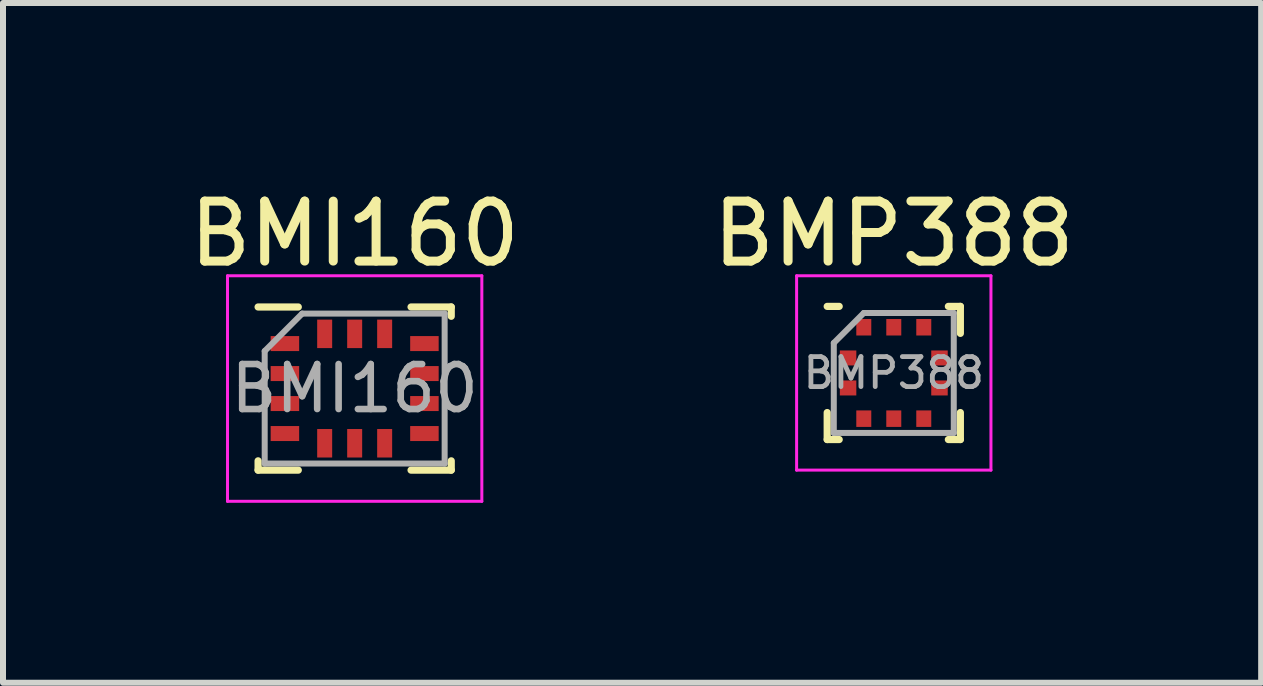
<source format=kicad_pcb>
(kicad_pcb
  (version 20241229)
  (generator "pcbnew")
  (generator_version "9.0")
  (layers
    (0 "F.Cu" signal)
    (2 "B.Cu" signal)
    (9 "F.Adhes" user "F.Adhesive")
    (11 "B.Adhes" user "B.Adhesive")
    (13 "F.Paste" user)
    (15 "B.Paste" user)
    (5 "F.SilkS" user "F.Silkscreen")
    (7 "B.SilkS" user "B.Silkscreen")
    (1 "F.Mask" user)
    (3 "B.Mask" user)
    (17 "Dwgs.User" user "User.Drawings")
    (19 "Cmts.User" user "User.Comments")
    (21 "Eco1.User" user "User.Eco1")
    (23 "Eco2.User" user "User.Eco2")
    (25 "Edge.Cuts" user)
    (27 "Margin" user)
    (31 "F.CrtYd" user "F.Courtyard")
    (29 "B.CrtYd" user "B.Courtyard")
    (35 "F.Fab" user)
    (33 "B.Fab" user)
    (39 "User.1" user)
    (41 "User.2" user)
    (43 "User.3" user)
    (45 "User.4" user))
  (footprint "BMI160"
    (layer "F.Cu")
    (at 2.863 3.428)
    (property "Reference" "BMI160" (at 0 -2.58 0) (layer "F.SilkS") (effects (font (size 1 1) (thickness 0.15))))
    (attr smd)
    (fp_line (start -1.61 1.36) (end -1.61 1.205) (stroke (width 0.12) (type solid)) (layer "F.SilkS"))
    (fp_line (start -0.94 -1.36) (end -1.61 -1.36) (stroke (width 0.12) (type solid)) (layer "F.SilkS"))
    (fp_line (start -0.94 1.36) (end -1.61 1.36) (stroke (width 0.12) (type solid)) (layer "F.SilkS"))
    (fp_line (start 0.94 -1.36) (end 1.61 -1.36) (stroke (width 0.12) (type solid)) (layer "F.SilkS"))
    (fp_line (start 0.94 1.36) (end 1.61 1.36) (stroke (width 0.12) (type solid)) (layer "F.SilkS"))
    (fp_line (start 1.61 -1.36) (end 1.61 -1.205) (stroke (width 0.12) (type solid)) (layer "F.SilkS"))
    (fp_line (start 1.61 1.36) (end 1.61 1.205) (stroke (width 0.12) (type solid)) (layer "F.SilkS"))
    (fp_line (start -2.12 -1.88) (end -2.12 1.88) (stroke (width 0.05) (type solid)) (layer "F.CrtYd"))
    (fp_line (start -2.12 1.88) (end 2.12 1.88) (stroke (width 0.05) (type solid)) (layer "F.CrtYd"))
    (fp_line (start 2.12 -1.88) (end -2.12 -1.88) (stroke (width 0.05) (type solid)) (layer "F.CrtYd"))
    (fp_line (start 2.12 1.88) (end 2.12 -1.88) (stroke (width 0.05) (type solid)) (layer "F.CrtYd"))
    (fp_line (start -1.5 -0.625) (end -0.875 -1.25) (stroke (width 0.1) (type solid)) (layer "F.Fab"))
    (fp_line (start -1.5 1.25) (end -1.5 -0.625) (stroke (width 0.1) (type solid)) (layer "F.Fab"))
    (fp_line (start -0.875 -1.25) (end 1.5 -1.25) (stroke (width 0.1) (type solid)) (layer "F.Fab"))
    (fp_line (start 1.5 -1.25) (end 1.5 1.25) (stroke (width 0.1) (type solid)) (layer "F.Fab"))
    (fp_line (start 1.5 1.25) (end -1.5 1.25) (stroke (width 0.1) (type solid)) (layer "F.Fab"))
    (fp_text user "${REFERENCE}" (at 0 0 0) (layer "F.Fab") (effects (font (size 0.75 0.75) (thickness 0.11))))
    (pad "1" smd rect (at -1.163 -0.75) (size 0.475 0.25) (layers "F.Cu" "F.Mask" "F.Paste"))
    (pad "2" smd rect (at -1.163 -0.25) (size 0.475 0.25) (layers "F.Cu" "F.Mask" "F.Paste"))
    (pad "3" smd rect (at -1.163 0.25) (size 0.475 0.25) (layers "F.Cu" "F.Mask" "F.Paste"))
    (pad "4" smd rect (at -1.163 0.75) (size 0.475 0.25) (layers "F.Cu" "F.Mask" "F.Paste"))
    (pad "5" smd rect (at -0.5 0.912) (size 0.25 0.475) (layers "F.Cu" "F.Mask" "F.Paste"))
    (pad "6" smd rect (at 0 0.912) (size 0.25 0.475) (layers "F.Cu" "F.Mask" "F.Paste"))
    (pad "7" smd rect (at 0.5 0.912) (size 0.25 0.475) (layers "F.Cu" "F.Mask" "F.Paste"))
    (pad "8" smd rect (at 1.163 0.75) (size 0.475 0.25) (layers "F.Cu" "F.Mask" "F.Paste"))
    (pad "9" smd rect (at 1.163 0.25) (size 0.475 0.25) (layers "F.Cu" "F.Mask" "F.Paste"))
    (pad "10" smd rect (at 1.163 -0.25) (size 0.475 0.25) (layers "F.Cu" "F.Mask" "F.Paste"))
    (pad "11" smd rect (at 1.163 -0.75) (size 0.475 0.25) (layers "F.Cu" "F.Mask" "F.Paste"))
    (pad "12" smd rect (at 0.5 -0.912) (size 0.25 0.475) (layers "F.Cu" "F.Mask" "F.Paste"))
    (pad "13" smd rect (at 0 -0.912) (size 0.25 0.475) (layers "F.Cu" "F.Mask" "F.Paste"))
    (pad "14" smd rect (at -0.5 -0.912) (size 0.25 0.475) (layers "F.Cu" "F.Mask" "F.Paste")))
  (footprint "BMP388"
    (layer "F.Cu")
    (at 11.851 3.168)
    (property "Reference" "BMP388" (at 0 -2.32 0) (layer "F.SilkS") (effects (font (size 1 1) (thickness 0.15))))
    (attr smd)
    (fp_line (start -1.11 1.11) (end -1.11 0.66) (stroke (width 0.12) (type solid)) (layer "F.SilkS"))
    (fp_line (start -0.91 -1.11) (end -1.11 -1.11) (stroke (width 0.12) (type solid)) (layer "F.SilkS"))
    (fp_line (start -0.91 1.11) (end -1.11 1.11) (stroke (width 0.12) (type solid)) (layer "F.SilkS"))
    (fp_line (start 0.91 -1.11) (end 1.11 -1.11) (stroke (width 0.12) (type solid)) (layer "F.SilkS"))
    (fp_line (start 0.91 1.11) (end 1.11 1.11) (stroke (width 0.12) (type solid)) (layer "F.SilkS"))
    (fp_line (start 1.11 -1.11) (end 1.11 -0.66) (stroke (width 0.12) (type solid)) (layer "F.SilkS"))
    (fp_line (start 1.11 1.11) (end 1.11 0.66) (stroke (width 0.12) (type solid)) (layer "F.SilkS"))
    (fp_line (start -1.62 -1.62) (end -1.62 1.62) (stroke (width 0.05) (type solid)) (layer "F.CrtYd"))
    (fp_line (start -1.62 1.62) (end 1.62 1.62) (stroke (width 0.05) (type solid)) (layer "F.CrtYd"))
    (fp_line (start 1.62 -1.62) (end -1.62 -1.62) (stroke (width 0.05) (type solid)) (layer "F.CrtYd"))
    (fp_line (start 1.62 1.62) (end 1.62 -1.62) (stroke (width 0.05) (type solid)) (layer "F.CrtYd"))
    (fp_line (start -1 -0.5) (end -0.5 -1) (stroke (width 0.1) (type solid)) (layer "F.Fab"))
    (fp_line (start -1 1) (end -1 -0.5) (stroke (width 0.1) (type solid)) (layer "F.Fab"))
    (fp_line (start -0.5 -1) (end 1 -1) (stroke (width 0.1) (type solid)) (layer "F.Fab"))
    (fp_line (start 1 -1) (end 1 1) (stroke (width 0.1) (type solid)) (layer "F.Fab"))
    (fp_line (start 1 1) (end -1 1) (stroke (width 0.1) (type solid)) (layer "F.Fab"))
    (fp_text user "${REFERENCE}" (at 0 0 0) (layer "F.Fab") (effects (font (size 0.5 0.5) (thickness 0.08))))
    (pad "1" smd rect (at -0.762 -0.25) (size 0.275 0.25) (layers "F.Cu" "F.Mask" "F.Paste"))
    (pad "2" smd rect (at -0.762 0.25) (size 0.275 0.25) (layers "F.Cu" "F.Mask" "F.Paste"))
    (pad "3" smd rect (at -0.5 0.762) (size 0.25 0.275) (layers "F.Cu" "F.Mask" "F.Paste"))
    (pad "4" smd rect (at 0 0.762) (size 0.25 0.275) (layers "F.Cu" "F.Mask" "F.Paste"))
    (pad "5" smd rect (at 0.5 0.762) (size 0.25 0.275) (layers "F.Cu" "F.Mask" "F.Paste"))
    (pad "6" smd rect (at 0.762 0.25) (size 0.275 0.25) (layers "F.Cu" "F.Mask" "F.Paste"))
    (pad "7" smd rect (at 0.762 -0.25) (size 0.275 0.25) (layers "F.Cu" "F.Mask" "F.Paste"))
    (pad "8" smd rect (at 0.5 -0.762) (size 0.25 0.275) (layers "F.Cu" "F.Mask" "F.Paste"))
    (pad "9" smd rect (at 0 -0.762) (size 0.25 0.275) (layers "F.Cu" "F.Mask" "F.Paste"))
    (pad "10" smd rect (at -0.5 -0.762) (size 0.25 0.275) (layers "F.Cu" "F.Mask" "F.Paste")))
  (gr_rect
    (start -3 -3)
    (end 17.976 8.333)
    (stroke (width 0.1) (type default))
    (fill no)
    (layer "Edge.Cuts")))
</source>
